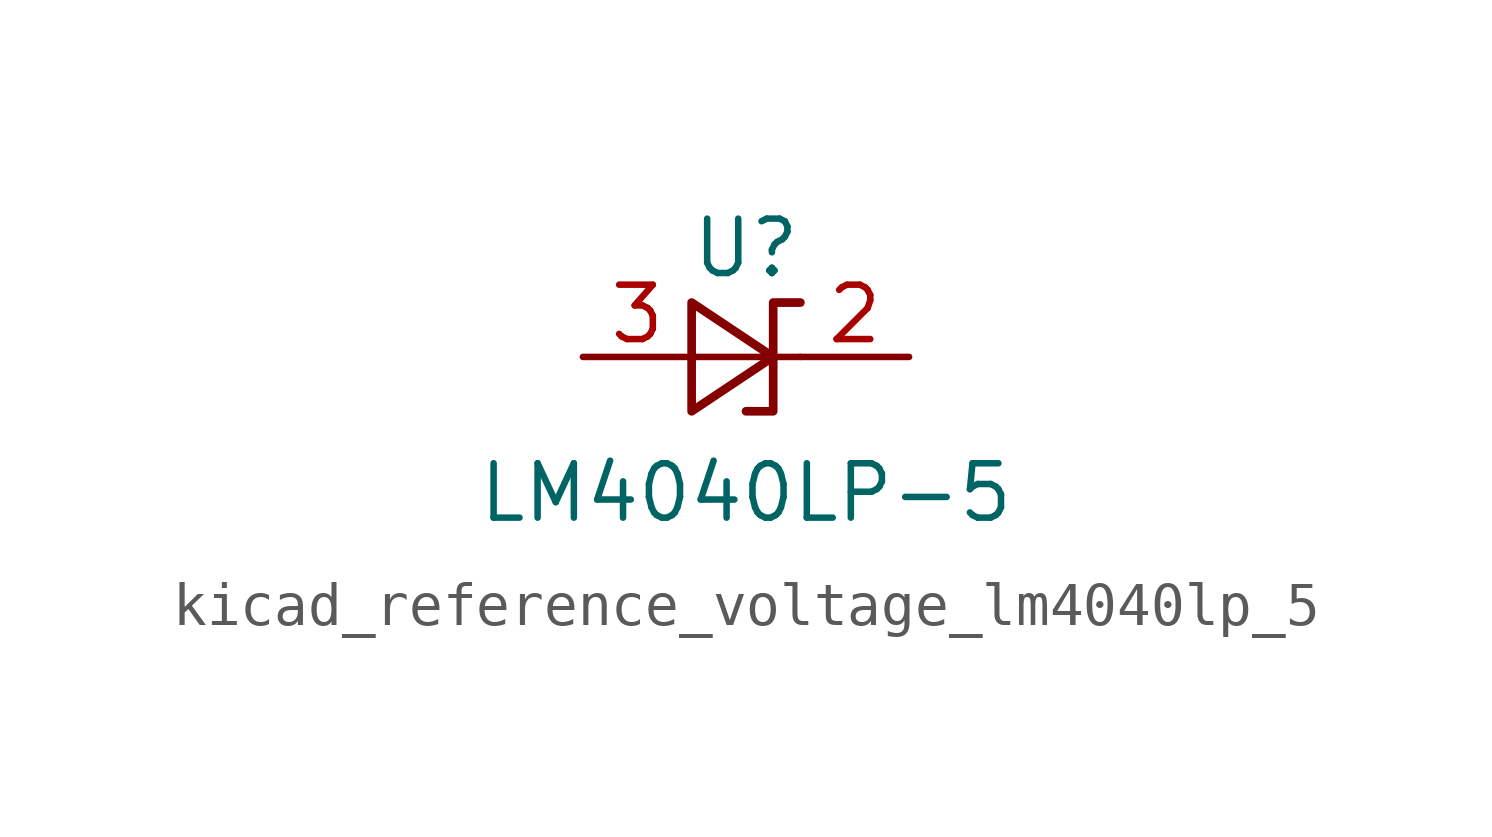
<source format=kicad_sym>
(kicad_symbol_lib
  (version 20220914)
  (generator kicad_symbol_editor)
  (symbol "kicad_reference_voltage_lm4040lp_5"
    (pin_names
      (offset 0.025) hide)
    (property "Reference" "U"
      (at 0 2.54 0)
      (effects (font (size 1.27 1.27))))
    (property "Value" "LM4040LP-5"
      (at 0 -3.175 0)
      (effects (font (size 1.27 1.27))))
    (symbol "kicad_reference_voltage_lm4040lp_5_0_1"
      (polyline (pts (xy -1.27 0) (xy 0 0) (xy 1.27 0)) (stroke (width 0) (type default)) (fill (type none)))
      (polyline (pts (xy -1.27 -1.27) (xy 0.635 0) (xy -1.27 1.27) (xy -1.27 -1.27)) (stroke (width 0.203) (type default)) (fill (type none)))
      (polyline (pts (xy 0 -1.27) (xy 0.635 -1.27) (xy 0.635 1.27) (xy 1.27 1.27)) (stroke (width 0.203) (type default)) (fill (type none))))
    (symbol "kicad_reference_voltage_lm4040lp_5_1_1"
      (pin passive line (at 3.81 0 180) (length 2.54) (name "K" (effects (font (size 1.27 1.27)))) (number "2" (effects (font (size 1.27 1.27)))))
      (pin passive line (at -3.81 0 0) (length 2.54) (name "A" (effects (font (size 1.27 1.27)))) (number "3" (effects (font (size 1.27 1.27))))))))
</source>
